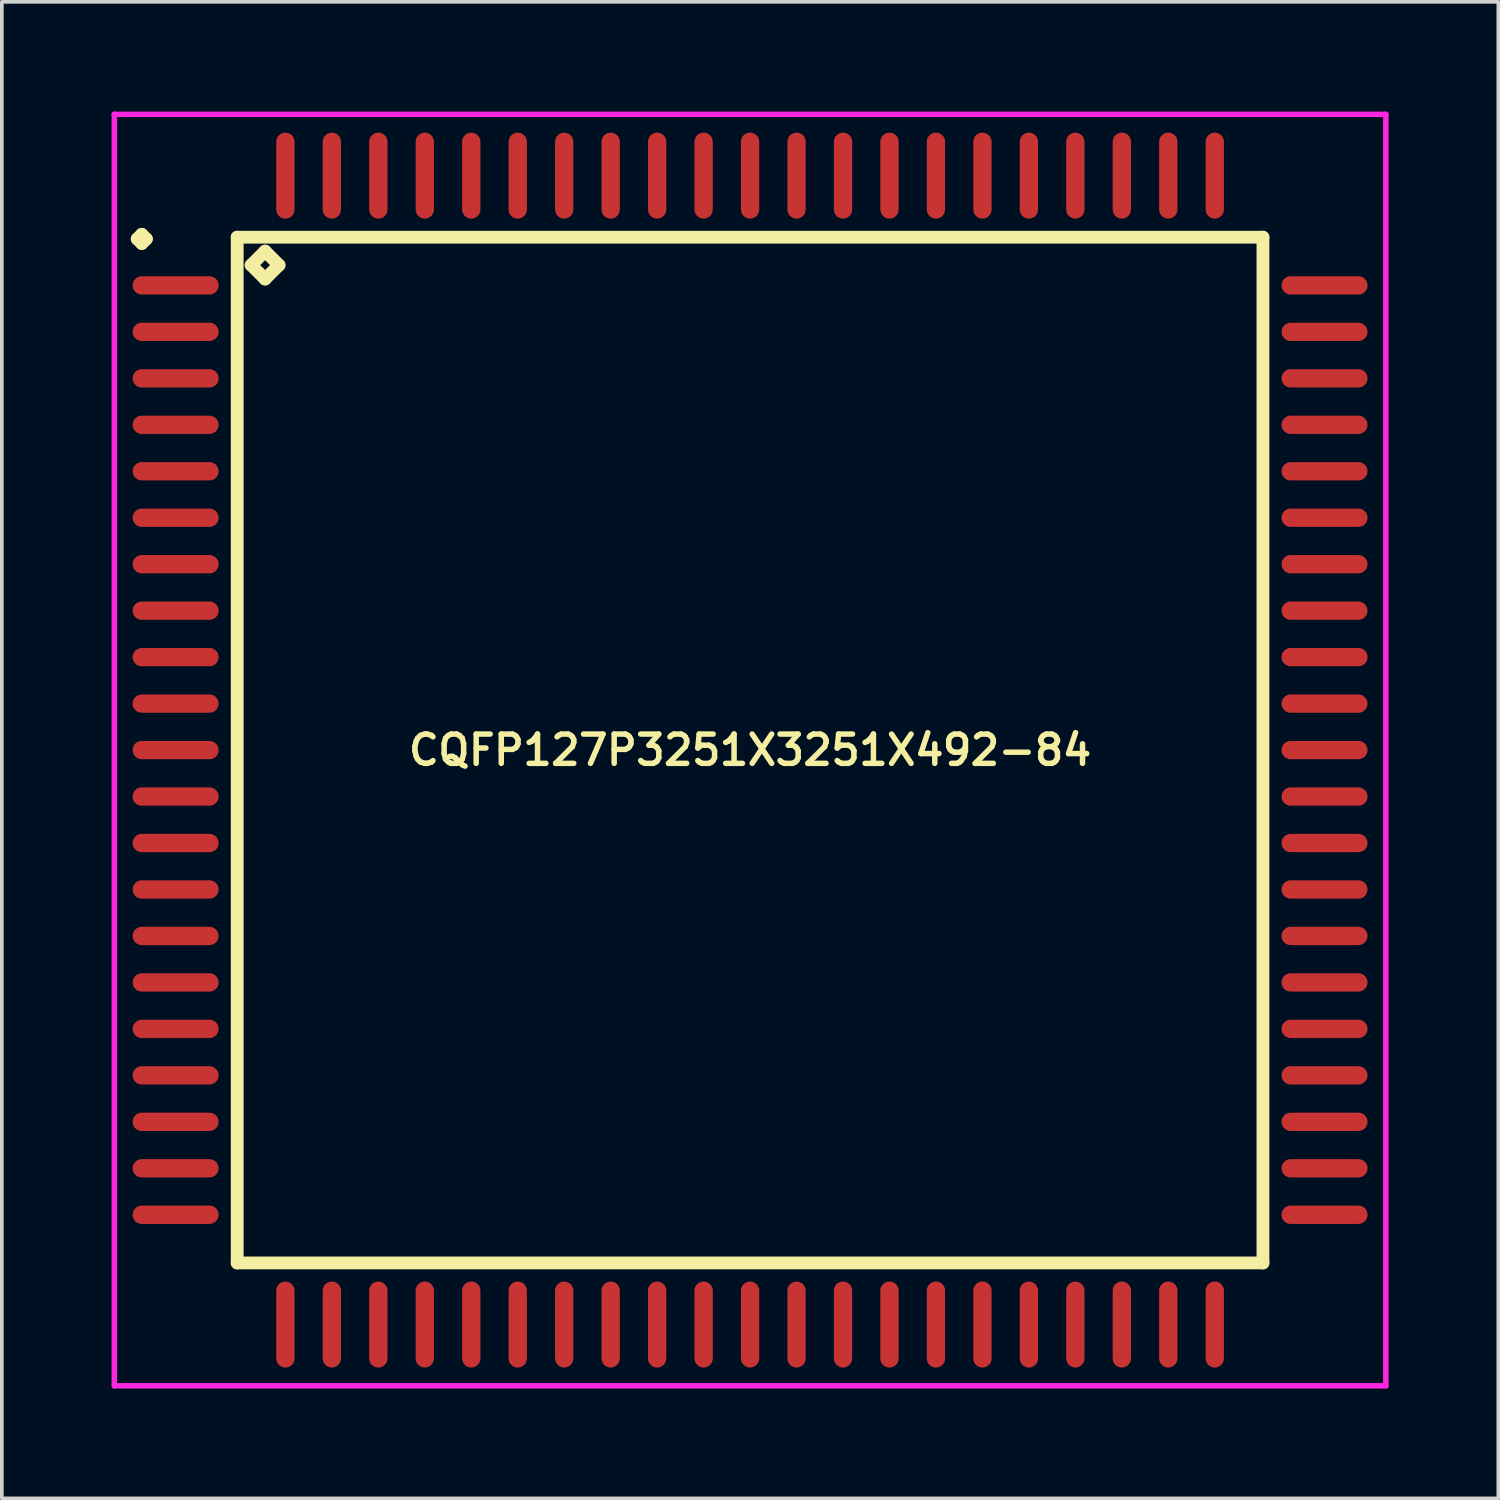
<source format=kicad_pcb>
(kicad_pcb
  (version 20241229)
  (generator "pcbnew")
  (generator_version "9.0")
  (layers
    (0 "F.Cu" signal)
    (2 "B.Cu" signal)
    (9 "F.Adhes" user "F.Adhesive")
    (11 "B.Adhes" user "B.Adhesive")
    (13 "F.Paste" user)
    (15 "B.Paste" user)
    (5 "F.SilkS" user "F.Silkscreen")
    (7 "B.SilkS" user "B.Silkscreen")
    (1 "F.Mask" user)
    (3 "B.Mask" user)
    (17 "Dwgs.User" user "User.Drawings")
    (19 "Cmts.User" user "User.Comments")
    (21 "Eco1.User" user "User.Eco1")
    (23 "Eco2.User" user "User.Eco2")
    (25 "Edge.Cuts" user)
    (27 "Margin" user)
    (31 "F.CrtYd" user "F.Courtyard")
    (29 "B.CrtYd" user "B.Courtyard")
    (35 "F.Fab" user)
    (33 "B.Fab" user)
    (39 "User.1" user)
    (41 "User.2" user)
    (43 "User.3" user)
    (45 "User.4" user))
  (footprint "CQFP127P3251X3251X492-84"
    (layer "F.Cu")
    (at 17.45 17.45)
    (property "Reference" "CQFP127P3251X3251X492-84" (at 0 0 0) (layer "F.SilkS") (effects (font (size 0.8 0.8) (thickness 0.15))))
    (attr smd)
    (fp_line (start -16.75 -13.97) (end -16.625 -14.095) (stroke (width 0.35) (type solid)) (layer "F.SilkS"))
    (fp_line (start -16.625 -14.095) (end -16.5 -13.97) (stroke (width 0.35) (type solid)) (layer "F.SilkS"))
    (fp_line (start -16.625 -13.845) (end -16.75 -13.97) (stroke (width 0.35) (type solid)) (layer "F.SilkS"))
    (fp_line (start -16.5 -13.97) (end -16.625 -13.845) (stroke (width 0.35) (type solid)) (layer "F.SilkS"))
    (fp_line (start -14.017 -14.017) (end -14.017 14.017) (stroke (width 0.35) (type solid)) (layer "F.SilkS"))
    (fp_line (start -14.017 14.017) (end 14.017 14.017) (stroke (width 0.35) (type solid)) (layer "F.SilkS"))
    (fp_line (start -13.636 -13.255) (end -13.255 -13.636) (stroke (width 0.35) (type solid)) (layer "F.SilkS"))
    (fp_line (start -13.255 -13.636) (end -12.874 -13.255) (stroke (width 0.35) (type solid)) (layer "F.SilkS"))
    (fp_line (start -13.255 -12.874) (end -13.636 -13.255) (stroke (width 0.35) (type solid)) (layer "F.SilkS"))
    (fp_line (start -12.874 -13.255) (end -13.255 -12.874) (stroke (width 0.35) (type solid)) (layer "F.SilkS"))
    (fp_line (start 14.017 -14.017) (end -14.017 -14.017) (stroke (width 0.35) (type solid)) (layer "F.SilkS"))
    (fp_line (start 14.017 14.017) (end 14.017 -14.017) (stroke (width 0.35) (type solid)) (layer "F.SilkS"))
    (fp_line (start -17.375 -17.375) (end 17.375 -17.375) (stroke (width 0.15) (type solid)) (layer "F.CrtYd"))
    (fp_line (start -17.375 17.375) (end -17.375 -17.375) (stroke (width 0.15) (type solid)) (layer "F.CrtYd"))
    (fp_line (start 17.375 -17.375) (end 17.375 17.375) (stroke (width 0.15) (type solid)) (layer "F.CrtYd"))
    (fp_line (start 17.375 17.375) (end -17.375 17.375) (stroke (width 0.15) (type solid)) (layer "F.CrtYd"))
    (pad "1" smd oval (at -15.7 -12.7) (size 2.35 0.5) (layers "F.Cu" "F.Mask" "F.Paste"))
    (pad "2" smd oval (at -15.7 -11.43) (size 2.35 0.5) (layers "F.Cu" "F.Mask" "F.Paste"))
    (pad "3" smd oval (at -15.7 -10.16) (size 2.35 0.5) (layers "F.Cu" "F.Mask" "F.Paste"))
    (pad "4" smd oval (at -15.7 -8.89) (size 2.35 0.5) (layers "F.Cu" "F.Mask" "F.Paste"))
    (pad "5" smd oval (at -15.7 -7.62) (size 2.35 0.5) (layers "F.Cu" "F.Mask" "F.Paste"))
    (pad "6" smd oval (at -15.7 -6.35) (size 2.35 0.5) (layers "F.Cu" "F.Mask" "F.Paste"))
    (pad "7" smd oval (at -15.7 -5.08) (size 2.35 0.5) (layers "F.Cu" "F.Mask" "F.Paste"))
    (pad "8" smd oval (at -15.7 -3.81) (size 2.35 0.5) (layers "F.Cu" "F.Mask" "F.Paste"))
    (pad "9" smd oval (at -15.7 -2.54) (size 2.35 0.5) (layers "F.Cu" "F.Mask" "F.Paste"))
    (pad "10" smd oval (at -15.7 -1.27) (size 2.35 0.5) (layers "F.Cu" "F.Mask" "F.Paste"))
    (pad "11" smd oval (at -15.7 0) (size 2.35 0.5) (layers "F.Cu" "F.Mask" "F.Paste"))
    (pad "12" smd oval (at -15.7 1.27) (size 2.35 0.5) (layers "F.Cu" "F.Mask" "F.Paste"))
    (pad "13" smd oval (at -15.7 2.54) (size 2.35 0.5) (layers "F.Cu" "F.Mask" "F.Paste"))
    (pad "14" smd oval (at -15.7 3.81) (size 2.35 0.5) (layers "F.Cu" "F.Mask" "F.Paste"))
    (pad "15" smd oval (at -15.7 5.08) (size 2.35 0.5) (layers "F.Cu" "F.Mask" "F.Paste"))
    (pad "16" smd oval (at -15.7 6.35) (size 2.35 0.5) (layers "F.Cu" "F.Mask" "F.Paste"))
    (pad "17" smd oval (at -15.7 7.62) (size 2.35 0.5) (layers "F.Cu" "F.Mask" "F.Paste"))
    (pad "18" smd oval (at -15.7 8.89) (size 2.35 0.5) (layers "F.Cu" "F.Mask" "F.Paste"))
    (pad "19" smd oval (at -15.7 10.16) (size 2.35 0.5) (layers "F.Cu" "F.Mask" "F.Paste"))
    (pad "20" smd oval (at -15.7 11.43) (size 2.35 0.5) (layers "F.Cu" "F.Mask" "F.Paste"))
    (pad "21" smd oval (at -15.7 12.7) (size 2.35 0.5) (layers "F.Cu" "F.Mask" "F.Paste"))
    (pad "22" smd oval (at -12.7 15.7) (size 0.5 2.35) (layers "F.Cu" "F.Mask" "F.Paste"))
    (pad "23" smd oval (at -11.43 15.7) (size 0.5 2.35) (layers "F.Cu" "F.Mask" "F.Paste"))
    (pad "24" smd oval (at -10.16 15.7) (size 0.5 2.35) (layers "F.Cu" "F.Mask" "F.Paste"))
    (pad "25" smd oval (at -8.89 15.7) (size 0.5 2.35) (layers "F.Cu" "F.Mask" "F.Paste"))
    (pad "26" smd oval (at -7.62 15.7) (size 0.5 2.35) (layers "F.Cu" "F.Mask" "F.Paste"))
    (pad "27" smd oval (at -6.35 15.7) (size 0.5 2.35) (layers "F.Cu" "F.Mask" "F.Paste"))
    (pad "28" smd oval (at -5.08 15.7) (size 0.5 2.35) (layers "F.Cu" "F.Mask" "F.Paste"))
    (pad "29" smd oval (at -3.81 15.7) (size 0.5 2.35) (layers "F.Cu" "F.Mask" "F.Paste"))
    (pad "30" smd oval (at -2.54 15.7) (size 0.5 2.35) (layers "F.Cu" "F.Mask" "F.Paste"))
    (pad "31" smd oval (at -1.27 15.7) (size 0.5 2.35) (layers "F.Cu" "F.Mask" "F.Paste"))
    (pad "32" smd oval (at 0 15.7) (size 0.5 2.35) (layers "F.Cu" "F.Mask" "F.Paste"))
    (pad "33" smd oval (at 1.27 15.7) (size 0.5 2.35) (layers "F.Cu" "F.Mask" "F.Paste"))
    (pad "34" smd oval (at 2.54 15.7) (size 0.5 2.35) (layers "F.Cu" "F.Mask" "F.Paste"))
    (pad "35" smd oval (at 3.81 15.7) (size 0.5 2.35) (layers "F.Cu" "F.Mask" "F.Paste"))
    (pad "36" smd oval (at 5.08 15.7) (size 0.5 2.35) (layers "F.Cu" "F.Mask" "F.Paste"))
    (pad "37" smd oval (at 6.35 15.7) (size 0.5 2.35) (layers "F.Cu" "F.Mask" "F.Paste"))
    (pad "38" smd oval (at 7.62 15.7) (size 0.5 2.35) (layers "F.Cu" "F.Mask" "F.Paste"))
    (pad "39" smd oval (at 8.89 15.7) (size 0.5 2.35) (layers "F.Cu" "F.Mask" "F.Paste"))
    (pad "40" smd oval (at 10.16 15.7) (size 0.5 2.35) (layers "F.Cu" "F.Mask" "F.Paste"))
    (pad "41" smd oval (at 11.43 15.7) (size 0.5 2.35) (layers "F.Cu" "F.Mask" "F.Paste"))
    (pad "42" smd oval (at 12.7 15.7) (size 0.5 2.35) (layers "F.Cu" "F.Mask" "F.Paste"))
    (pad "43" smd oval (at 15.7 12.7) (size 2.35 0.5) (layers "F.Cu" "F.Mask" "F.Paste"))
    (pad "44" smd oval (at 15.7 11.43) (size 2.35 0.5) (layers "F.Cu" "F.Mask" "F.Paste"))
    (pad "45" smd oval (at 15.7 10.16) (size 2.35 0.5) (layers "F.Cu" "F.Mask" "F.Paste"))
    (pad "46" smd oval (at 15.7 8.89) (size 2.35 0.5) (layers "F.Cu" "F.Mask" "F.Paste"))
    (pad "47" smd oval (at 15.7 7.62) (size 2.35 0.5) (layers "F.Cu" "F.Mask" "F.Paste"))
    (pad "48" smd oval (at 15.7 6.35) (size 2.35 0.5) (layers "F.Cu" "F.Mask" "F.Paste"))
    (pad "49" smd oval (at 15.7 5.08) (size 2.35 0.5) (layers "F.Cu" "F.Mask" "F.Paste"))
    (pad "50" smd oval (at 15.7 3.81) (size 2.35 0.5) (layers "F.Cu" "F.Mask" "F.Paste"))
    (pad "51" smd oval (at 15.7 2.54) (size 2.35 0.5) (layers "F.Cu" "F.Mask" "F.Paste"))
    (pad "52" smd oval (at 15.7 1.27) (size 2.35 0.5) (layers "F.Cu" "F.Mask" "F.Paste"))
    (pad "53" smd oval (at 15.7 0) (size 2.35 0.5) (layers "F.Cu" "F.Mask" "F.Paste"))
    (pad "54" smd oval (at 15.7 -1.27) (size 2.35 0.5) (layers "F.Cu" "F.Mask" "F.Paste"))
    (pad "55" smd oval (at 15.7 -2.54) (size 2.35 0.5) (layers "F.Cu" "F.Mask" "F.Paste"))
    (pad "56" smd oval (at 15.7 -3.81) (size 2.35 0.5) (layers "F.Cu" "F.Mask" "F.Paste"))
    (pad "57" smd oval (at 15.7 -5.08) (size 2.35 0.5) (layers "F.Cu" "F.Mask" "F.Paste"))
    (pad "58" smd oval (at 15.7 -6.35) (size 2.35 0.5) (layers "F.Cu" "F.Mask" "F.Paste"))
    (pad "59" smd oval (at 15.7 -7.62) (size 2.35 0.5) (layers "F.Cu" "F.Mask" "F.Paste"))
    (pad "60" smd oval (at 15.7 -8.89) (size 2.35 0.5) (layers "F.Cu" "F.Mask" "F.Paste"))
    (pad "61" smd oval (at 15.7 -10.16) (size 2.35 0.5) (layers "F.Cu" "F.Mask" "F.Paste"))
    (pad "62" smd oval (at 15.7 -11.43) (size 2.35 0.5) (layers "F.Cu" "F.Mask" "F.Paste"))
    (pad "63" smd oval (at 15.7 -12.7) (size 2.35 0.5) (layers "F.Cu" "F.Mask" "F.Paste"))
    (pad "64" smd oval (at 12.7 -15.7) (size 0.5 2.35) (layers "F.Cu" "F.Mask" "F.Paste"))
    (pad "65" smd oval (at 11.43 -15.7) (size 0.5 2.35) (layers "F.Cu" "F.Mask" "F.Paste"))
    (pad "66" smd oval (at 10.16 -15.7) (size 0.5 2.35) (layers "F.Cu" "F.Mask" "F.Paste"))
    (pad "67" smd oval (at 8.89 -15.7) (size 0.5 2.35) (layers "F.Cu" "F.Mask" "F.Paste"))
    (pad "68" smd oval (at 7.62 -15.7) (size 0.5 2.35) (layers "F.Cu" "F.Mask" "F.Paste"))
    (pad "69" smd oval (at 6.35 -15.7) (size 0.5 2.35) (layers "F.Cu" "F.Mask" "F.Paste"))
    (pad "70" smd oval (at 5.08 -15.7) (size 0.5 2.35) (layers "F.Cu" "F.Mask" "F.Paste"))
    (pad "71" smd oval (at 3.81 -15.7) (size 0.5 2.35) (layers "F.Cu" "F.Mask" "F.Paste"))
    (pad "72" smd oval (at 2.54 -15.7) (size 0.5 2.35) (layers "F.Cu" "F.Mask" "F.Paste"))
    (pad "73" smd oval (at 1.27 -15.7) (size 0.5 2.35) (layers "F.Cu" "F.Mask" "F.Paste"))
    (pad "74" smd oval (at 0 -15.7) (size 0.5 2.35) (layers "F.Cu" "F.Mask" "F.Paste"))
    (pad "75" smd oval (at -1.27 -15.7) (size 0.5 2.35) (layers "F.Cu" "F.Mask" "F.Paste"))
    (pad "76" smd oval (at -2.54 -15.7) (size 0.5 2.35) (layers "F.Cu" "F.Mask" "F.Paste"))
    (pad "77" smd oval (at -3.81 -15.7) (size 0.5 2.35) (layers "F.Cu" "F.Mask" "F.Paste"))
    (pad "78" smd oval (at -5.08 -15.7) (size 0.5 2.35) (layers "F.Cu" "F.Mask" "F.Paste"))
    (pad "79" smd oval (at -6.35 -15.7) (size 0.5 2.35) (layers "F.Cu" "F.Mask" "F.Paste"))
    (pad "80" smd oval (at -7.62 -15.7) (size 0.5 2.35) (layers "F.Cu" "F.Mask" "F.Paste"))
    (pad "81" smd oval (at -8.89 -15.7) (size 0.5 2.35) (layers "F.Cu" "F.Mask" "F.Paste"))
    (pad "82" smd oval (at -10.16 -15.7) (size 0.5 2.35) (layers "F.Cu" "F.Mask" "F.Paste"))
    (pad "83" smd oval (at -11.43 -15.7) (size 0.5 2.35) (layers "F.Cu" "F.Mask" "F.Paste"))
    (pad "84" smd oval (at -12.7 -15.7) (size 0.5 2.35) (layers "F.Cu" "F.Mask" "F.Paste")))
  (gr_rect
    (start -3 -3)
    (end 37.9 37.9)
    (stroke (width 0.1) (type default))
    (fill no)
    (layer "Edge.Cuts")))
</source>
